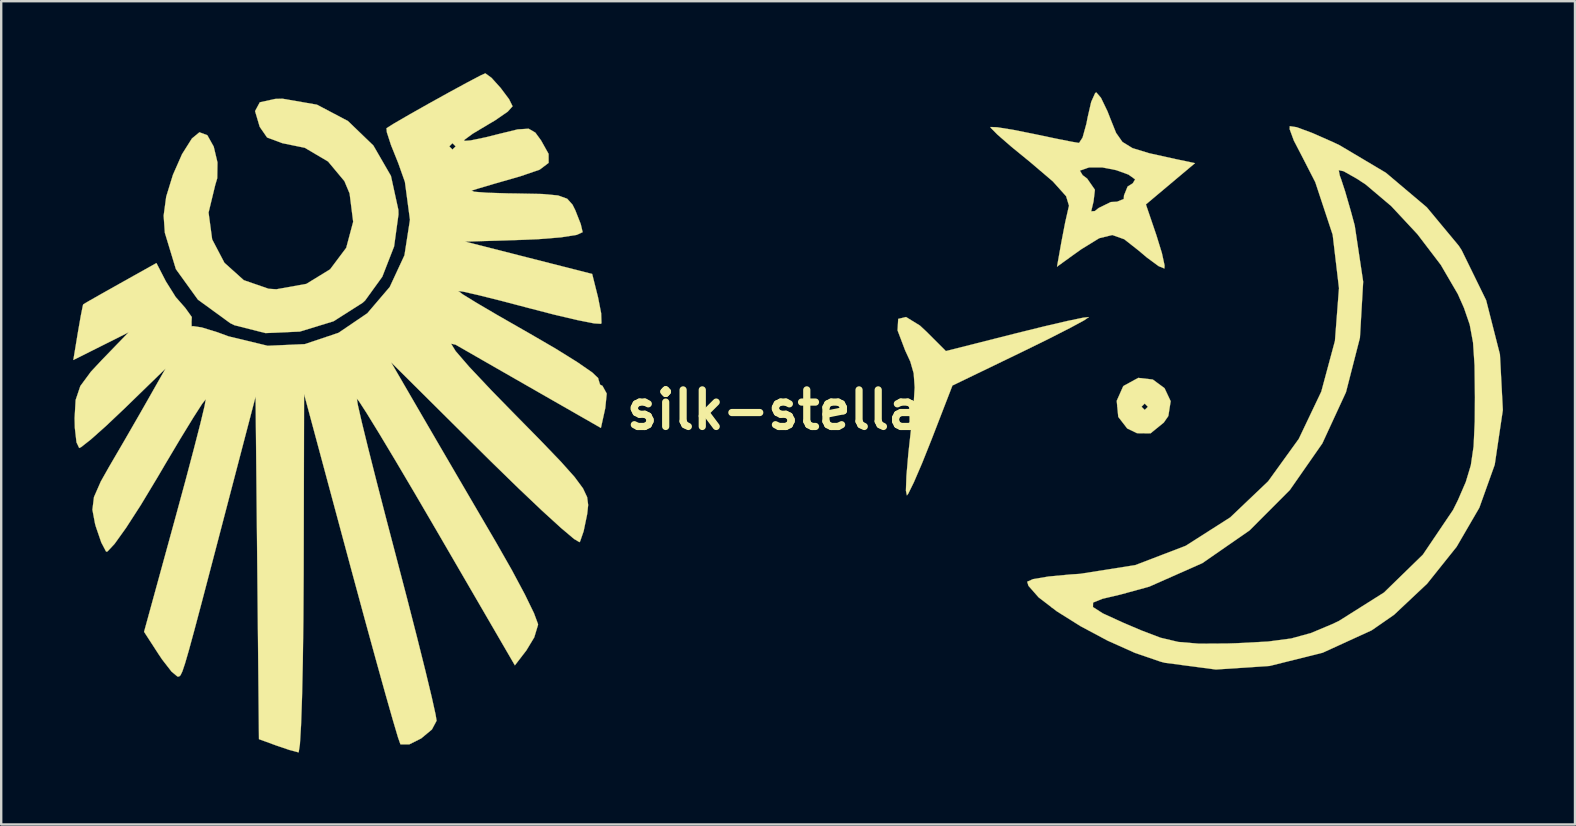
<source format=kicad_pcb>
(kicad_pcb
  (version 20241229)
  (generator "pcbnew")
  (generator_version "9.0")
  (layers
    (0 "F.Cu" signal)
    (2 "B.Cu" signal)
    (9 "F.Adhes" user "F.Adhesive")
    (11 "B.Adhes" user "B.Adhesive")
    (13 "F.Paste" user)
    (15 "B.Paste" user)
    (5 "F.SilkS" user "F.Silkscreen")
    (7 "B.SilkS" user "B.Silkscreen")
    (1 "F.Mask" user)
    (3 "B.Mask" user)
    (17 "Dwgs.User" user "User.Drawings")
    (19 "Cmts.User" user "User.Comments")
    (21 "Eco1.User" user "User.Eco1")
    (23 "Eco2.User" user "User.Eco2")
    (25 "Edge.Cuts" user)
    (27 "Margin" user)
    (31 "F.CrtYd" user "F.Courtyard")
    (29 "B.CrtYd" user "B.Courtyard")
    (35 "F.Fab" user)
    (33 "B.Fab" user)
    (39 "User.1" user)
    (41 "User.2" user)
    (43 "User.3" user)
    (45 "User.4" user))
  (footprint "silk-stellar"
    (layer "F.Cu")
    (at 29.691 14.028)
    (property "Reference" "silk-stellar" (at 0 0 0) (layer "F.SilkS") (effects (font (size 1.524 1.524) (thickness 0.3))))
    (attr through_hole)
    (fp_poly (pts (xy 15.287 -1.266) (xy 15.776 -0.906) (xy 16.031 -0.363) (xy 15.934 0.254) (xy 15.744 0.528) (xy 15.19 0.977) (xy 14.631 0.971) (xy 14.221 0.773) (xy 13.848 0.29) (xy 13.807 -0.132) (xy 14.817 -0.132) (xy 14.949 0) (xy 15.081 -0.132) (xy 14.949 -0.265) (xy 14.817 -0.132) (xy 13.807 -0.132) (xy 13.784 -0.38) (xy 14.05 -0.979) (xy 14.076 -1.005) (xy 14.681 -1.335) (xy 15.287 -1.266)) (stroke (width 0.01) (type solid)) (fill yes) (layer "F.SilkS"))
    (fp_poly (pts (xy 5.587 -3.513) (xy 5.851 -3.267) (xy 6.666 -2.452) (xy 9.609 -3.196) (xy 10.777 -3.484) (xy 11.738 -3.708) (xy 12.389 -3.843) (xy 12.624 -3.869) (xy 12.429 -3.734) (xy 11.845 -3.418) (xy 10.962 -2.968) (xy 9.868 -2.431) (xy 9.817 -2.406) (xy 6.939 -1.016) (xy 6.073 1.222) (xy 5.674 2.221) (xy 5.332 3.015) (xy 5.1 3.486) (xy 5.042 3.562) (xy 5.001 3.364) (xy 5.023 2.748) (xy 5.102 1.82) (xy 5.181 1.105) (xy 5.315 -0.107) (xy 5.366 -0.936) (xy 5.325 -1.524) (xy 5.185 -2.013) (xy 4.97 -2.479) (xy 4.653 -3.314) (xy 4.68 -3.792) (xy 5.006 -3.871) (xy 5.587 -3.513)) (stroke (width 0.01) (type solid)) (fill yes) (layer "F.SilkS"))
    (fp_poly (pts (xy -19.537 -12.717) (xy -18.245 -12.036) (xy -17.186 -11.016) (xy -16.454 -9.75) (xy -16.144 -8.332) (xy -16.14 -8.14) (xy -16.322 -6.812) (xy -16.814 -5.549) (xy -17.528 -4.561) (xy -17.633 -4.464) (xy -18.846 -3.693) (xy -20.249 -3.264) (xy -21.68 -3.201) (xy -22.977 -3.53) (xy -23.151 -3.616) (xy -24.496 -4.595) (xy -25.413 -5.866) (xy -25.873 -7.379) (xy -25.923 -8.094) (xy -25.817 -8.884) (xy -25.537 -9.794) (xy -25.156 -10.658) (xy -24.745 -11.309) (xy -24.432 -11.567) (xy -24.104 -11.445) (xy -23.837 -10.969) (xy -23.681 -10.313) (xy -23.691 -9.652) (xy -23.775 -9.368) (xy -24.052 -8.222) (xy -23.902 -7.105) (xy -23.39 -6.128) (xy -22.584 -5.405) (xy -21.549 -5.047) (xy -21.227 -5.027) (xy -19.978 -5.251) (xy -18.988 -5.858) (xy -18.317 -6.753) (xy -18.027 -7.838) (xy -18.176 -9.018) (xy -18.393 -9.534) (xy -19.073 -10.349) (xy -20.042 -10.921) (xy -20.979 -11.113) (xy -21.614 -11.35) (xy -21.921 -11.794) (xy -22.115 -12.449) (xy -21.917 -12.816) (xy -21.277 -12.957) (xy -20.97 -12.965) (xy -19.537 -12.717)) (stroke (width 0.01) (type solid)) (fill yes) (layer "F.SilkS"))
    (fp_poly (pts (xy 13.127 -13.004) (xy 13.401 -12.436) (xy 13.529 -12.108) (xy 13.757 -11.541) (xy 14.021 -11.165) (xy 14.44 -10.907) (xy 15.135 -10.694) (xy 16.225 -10.453) (xy 16.262 -10.445) (xy 17.045 -10.281) (xy 14.999 -8.562) (xy 15.436 -7.279) (xy 15.666 -6.533) (xy 15.777 -6.02) (xy 15.77 -5.892) (xy 15.531 -5.989) (xy 15.037 -6.352) (xy 14.701 -6.636) (xy 14.097 -7.111) (xy 13.599 -7.287) (xy 13.055 -7.154) (xy 12.314 -6.699) (xy 11.932 -6.427) (xy 11.296 -5.967) (xy 11.483 -7.018) (xy 11.635 -7.806) (xy 11.774 -8.419) (xy 11.797 -8.503) (xy 11.675 -8.904) (xy 11.123 -9.52) (xy 10.595 -9.97) (xy 12.248 -9.97) (xy 12.363 -9.78) (xy 12.553 -9.636) (xy 12.875 -9.172) (xy 12.818 -8.687) (xy 12.719 -8.273) (xy 12.868 -8.284) (xy 13.031 -8.412) (xy 13.537 -8.661) (xy 13.797 -8.674) (xy 14.077 -8.789) (xy 14.087 -8.937) (xy 14.236 -9.305) (xy 14.452 -9.442) (xy 14.551 -9.605) (xy 14.274 -9.804) (xy 13.768 -9.988) (xy 13.178 -10.104) (xy 12.651 -10.103) (xy 12.595 -10.091) (xy 12.248 -9.97) (xy 10.595 -9.97) (xy 10.183 -10.321) (xy 9.402 -10.959) (xy 8.823 -11.462) (xy 8.537 -11.75) (xy 8.523 -11.787) (xy 8.802 -11.776) (xy 9.455 -11.672) (xy 10.321 -11.499) (xy 11.221 -11.31) (xy 11.904 -11.174) (xy 12.214 -11.122) (xy 12.362 -11.349) (xy 12.522 -11.928) (xy 12.568 -12.171) (xy 12.72 -12.832) (xy 12.886 -13.201) (xy 12.933 -13.229) (xy 13.127 -13.004)) (stroke (width 0.01) (type solid)) (fill yes) (layer "F.SilkS"))
    (fp_poly (pts (xy 21.279 -11.779) (xy 21.915 -11.544) (xy 22.781 -11.163) (xy 23.068 -11.027) (xy 24.998 -9.88) (xy 26.701 -8.442) (xy 28.034 -6.838) (xy 28.153 -6.655) (xy 29.174 -4.569) (xy 29.749 -2.313) (xy 29.87 0.006) (xy 29.532 2.282) (xy 28.891 4.074) (xy 27.945 5.701) (xy 26.713 7.242) (xy 25.339 8.534) (xy 24.407 9.181) (xy 22.365 10.115) (xy 20.152 10.667) (xy 17.914 10.815) (xy 15.796 10.536) (xy 15.61 10.488) (xy 14.547 10.124) (xy 13.402 9.611) (xy 12.28 9.012) (xy 11.287 8.39) (xy 11.056 8.213) (xy 12.794 8.213) (xy 13.205 8.477) (xy 14.058 8.867) (xy 14.817 9.19) (xy 15.609 9.491) (xy 16.349 9.666) (xy 17.213 9.739) (xy 18.377 9.732) (xy 18.785 9.719) (xy 20.083 9.65) (xy 21.049 9.523) (xy 21.878 9.295) (xy 22.767 8.922) (xy 23.042 8.791) (xy 24.918 7.608) (xy 26.539 6.03) (xy 27.796 4.168) (xy 27.998 3.762) (xy 28.328 2.999) (xy 28.537 2.304) (xy 28.652 1.517) (xy 28.7 0.477) (xy 28.707 -0.529) (xy 28.692 -1.852) (xy 28.629 -2.806) (xy 28.491 -3.552) (xy 28.251 -4.25) (xy 27.994 -4.829) (xy 27.285 -6.044) (xy 26.314 -7.318) (xy 25.222 -8.49) (xy 24.15 -9.397) (xy 23.79 -9.632) (xy 23.236 -9.945) (xy 23.033 -9.988) (xy 23.077 -9.76) (xy 23.126 -9.632) (xy 23.301 -9.098) (xy 23.54 -8.271) (xy 23.699 -7.683) (xy 24.051 -5.342) (xy 23.916 -3.006) (xy 23.335 -0.739) (xy 22.349 1.396) (xy 20.996 3.337) (xy 19.317 5.02) (xy 17.351 6.383) (xy 15.14 7.362) (xy 13.94 7.691) (xy 13.19 7.868) (xy 12.799 8.026) (xy 12.794 8.213) (xy 11.056 8.213) (xy 10.527 7.807) (xy 10.106 7.328) (xy 10.054 7.158) (xy 10.298 7.048) (xy 10.948 6.94) (xy 11.881 6.853) (xy 12.249 6.83) (xy 14.559 6.465) (xy 16.657 5.661) (xy 18.512 4.478) (xy 20.093 2.973) (xy 21.368 1.207) (xy 22.306 -0.762) (xy 22.875 -2.875) (xy 23.044 -5.073) (xy 22.781 -7.297) (xy 22.056 -9.488) (xy 21.518 -10.538) (xy 21.164 -11.219) (xy 20.988 -11.697) (xy 20.994 -11.822) (xy 21.279 -11.779)) (stroke (width 0.01) (type solid)) (fill yes) (layer "F.SilkS"))
    (fp_poly (pts (xy -12.265 -13.837) (xy -11.881 -13.411) (xy -11.533 -12.946) (xy -11.386 -12.651) (xy -11.59 -12.425) (xy -12.117 -12.062) (xy -12.432 -11.876) (xy -13.042 -11.511) (xy -13.383 -11.261) (xy -13.412 -11.207) (xy -13.137 -11.227) (xy -12.511 -11.357) (xy -11.973 -11.492) (xy -11.174 -11.687) (xy -10.717 -11.716) (xy -10.436 -11.552) (xy -10.199 -11.227) (xy -9.886 -10.667) (xy -9.885 -10.292) (xy -10.258 -10.01) (xy -11.072 -9.731) (xy -11.311 -9.663) (xy -12.171 -9.416) (xy -12.832 -9.22) (xy -13.097 -9.136) (xy -12.98 -9.089) (xy -12.439 -9.048) (xy -11.578 -9.022) (xy -11.221 -9.017) (xy -10.154 -8.996) (xy -9.492 -8.935) (xy -9.112 -8.799) (xy -8.89 -8.553) (xy -8.774 -8.322) (xy -8.546 -7.743) (xy -8.467 -7.406) (xy -8.712 -7.293) (xy -9.37 -7.19) (xy -10.324 -7.113) (xy -10.914 -7.088) (xy -13.361 -7.011) (xy -10.716 -6.338) (xy -8.07 -5.664) (xy -7.825 -4.686) (xy -7.696 -4.028) (xy -7.683 -3.625) (xy -7.7 -3.588) (xy -7.988 -3.605) (xy -8.678 -3.741) (xy -9.664 -3.973) (xy -10.706 -4.243) (xy -11.858 -4.546) (xy -12.803 -4.782) (xy -13.435 -4.926) (xy -13.65 -4.956) (xy -13.456 -4.811) (xy -12.883 -4.459) (xy -12.015 -3.949) (xy -10.936 -3.331) (xy -10.702 -3.198) (xy -9.594 -2.554) (xy -8.69 -1.991) (xy -8.07 -1.563) (xy -7.817 -1.323) (xy -7.818 -1.303) (xy -7.741 -1.053) (xy -7.641 -1.004) (xy -7.464 -0.681) (xy -7.524 -0.077) (xy -7.706 0.751) (xy -10.269 -0.716) (xy -11.416 -1.373) (xy -12.491 -1.989) (xy -13.351 -2.483) (xy -13.758 -2.717) (xy -13.948 -2.76) (xy -13.759 -2.451) (xy -13.197 -1.8) (xy -12.27 -0.816) (xy -11.405 0.07) (xy -10.229 1.265) (xy -9.378 2.151) (xy -8.801 2.797) (xy -8.452 3.269) (xy -8.28 3.634) (xy -8.237 3.96) (xy -8.275 4.314) (xy -8.285 4.375) (xy -8.426 5.053) (xy -8.572 5.475) (xy -8.597 5.51) (xy -8.821 5.379) (xy -9.36 4.924) (xy -10.156 4.199) (xy -11.15 3.256) (xy -12.286 2.149) (xy -12.599 1.839) (xy -16.448 -1.984) (xy -15.142 0.265) (xy -14.467 1.425) (xy -13.636 2.848) (xy -12.764 4.34) (xy -12.078 5.512) (xy -11.42 6.667) (xy -10.875 7.686) (xy -10.494 8.47) (xy -10.328 8.918) (xy -10.325 8.952) (xy -10.483 9.475) (xy -10.81 10.017) (xy -11.29 10.641) (xy -14.542 5.045) (xy -15.443 3.503) (xy -16.254 2.131) (xy -16.94 0.988) (xy -17.463 0.137) (xy -17.786 -0.363) (xy -17.875 -0.47) (xy -17.832 -0.203) (xy -17.67 0.506) (xy -17.405 1.588) (xy -17.055 2.972) (xy -16.637 4.591) (xy -16.254 6.05) (xy -15.787 7.835) (xy -15.369 9.466) (xy -15.018 10.87) (xy -14.753 11.971) (xy -14.593 12.694) (xy -14.552 12.949) (xy -14.746 13.313) (xy -15.193 13.685) (xy -15.694 13.936) (xy -16.048 13.936) (xy -16.061 13.925) (xy -16.158 13.649) (xy -16.372 12.927) (xy -16.686 11.826) (xy -17.08 10.41) (xy -17.537 8.746) (xy -18.038 6.899) (xy -18.126 6.573) (xy -20.072 -0.661) (xy -20.09 6.813) (xy -20.102 8.739) (xy -20.125 10.479) (xy -20.158 11.968) (xy -20.199 13.139) (xy -20.246 13.924) (xy -20.297 14.259) (xy -20.307 14.267) (xy -20.679 14.168) (xy -21.229 13.981) (xy -21.952 13.717) (xy -22.022 6.582) (xy -22.093 -0.554) (xy -23.394 4.42) (xy -23.923 6.441) (xy -24.334 8.008) (xy -24.645 9.179) (xy -24.872 10.011) (xy -25.032 10.562) (xy -25.142 10.89) (xy -25.219 11.052) (xy -25.279 11.106) (xy -25.339 11.109) (xy -25.346 11.109) (xy -25.592 10.905) (xy -25.985 10.399) (xy -26.135 10.175) (xy -26.739 9.244) (xy -25.419 4.435) (xy -25.009 2.927) (xy -24.659 1.604) (xy -24.388 0.549) (xy -24.218 -0.161) (xy -24.168 -0.443) (xy -24.169 -0.445) (xy -24.319 -0.255) (xy -24.685 0.315) (xy -25.219 1.187) (xy -25.871 2.282) (xy -26.177 2.804) (xy -26.873 3.959) (xy -27.487 4.91) (xy -27.968 5.581) (xy -28.263 5.897) (xy -28.32 5.905) (xy -28.521 5.523) (xy -28.747 4.864) (xy -28.781 4.744) (xy -28.891 4.157) (xy -28.826 3.63) (xy -28.54 2.978) (xy -28.192 2.362) (xy -27.576 1.307) (xy -26.926 0.18) (xy -26.597 -0.397) (xy -25.846 -1.72) (xy -27.548 -0.066) (xy -28.324 0.668) (xy -28.96 1.234) (xy -29.363 1.55) (xy -29.442 1.587) (xy -29.554 1.35) (xy -29.623 0.747) (xy -29.633 0.341) (xy -29.589 -0.417) (xy -29.394 -0.995) (xy -28.954 -1.592) (xy -28.509 -2.069) (xy -27.384 -3.232) (xy -28.535 -2.655) (xy -29.686 -2.079) (xy -29.497 -3.222) (xy -29.375 -3.921) (xy -29.29 -4.345) (xy -29.272 -4.399) (xy -29.042 -4.535) (xy -28.475 -4.857) (xy -27.73 -5.276) (xy -26.224 -6.119) (xy -25.83 -5.355) (xy -25.421 -4.703) (xy -25.023 -4.25) (xy -24.751 -3.871) (xy -24.761 -3.668) (xy -24.758 -3.483) (xy -24.692 -3.49) (xy -24.338 -3.437) (xy -23.676 -3.233) (xy -23.224 -3.066) (xy -21.589 -2.672) (xy -20.041 -2.741) (xy -18.637 -3.213) (xy -17.438 -4.027) (xy -16.503 -5.123) (xy -15.891 -6.441) (xy -15.661 -7.921) (xy -15.872 -9.501) (xy -16.147 -10.277) (xy -16.429 -10.98) (xy -14.023 -10.98) (xy -13.891 -10.848) (xy -13.758 -10.98) (xy -13.891 -11.113) (xy -14.023 -10.98) (xy -16.429 -10.98) (xy -16.452 -11.037) (xy -16.625 -11.571) (xy -16.639 -11.737) (xy -16.315 -11.94) (xy -15.685 -12.305) (xy -14.88 -12.76) (xy -14.03 -13.231) (xy -13.266 -13.646) (xy -12.719 -13.934) (xy -12.521 -14.023) (xy -12.265 -13.837)) (stroke (width 0.01) (type solid)) (fill yes) (layer "F.SilkS")))
  (gr_rect
    (start -3 -3)
    (end 62.567 31.3)
    (stroke (width 0.1) (type default))
    (fill no)
    (layer "Edge.Cuts")))
</source>
